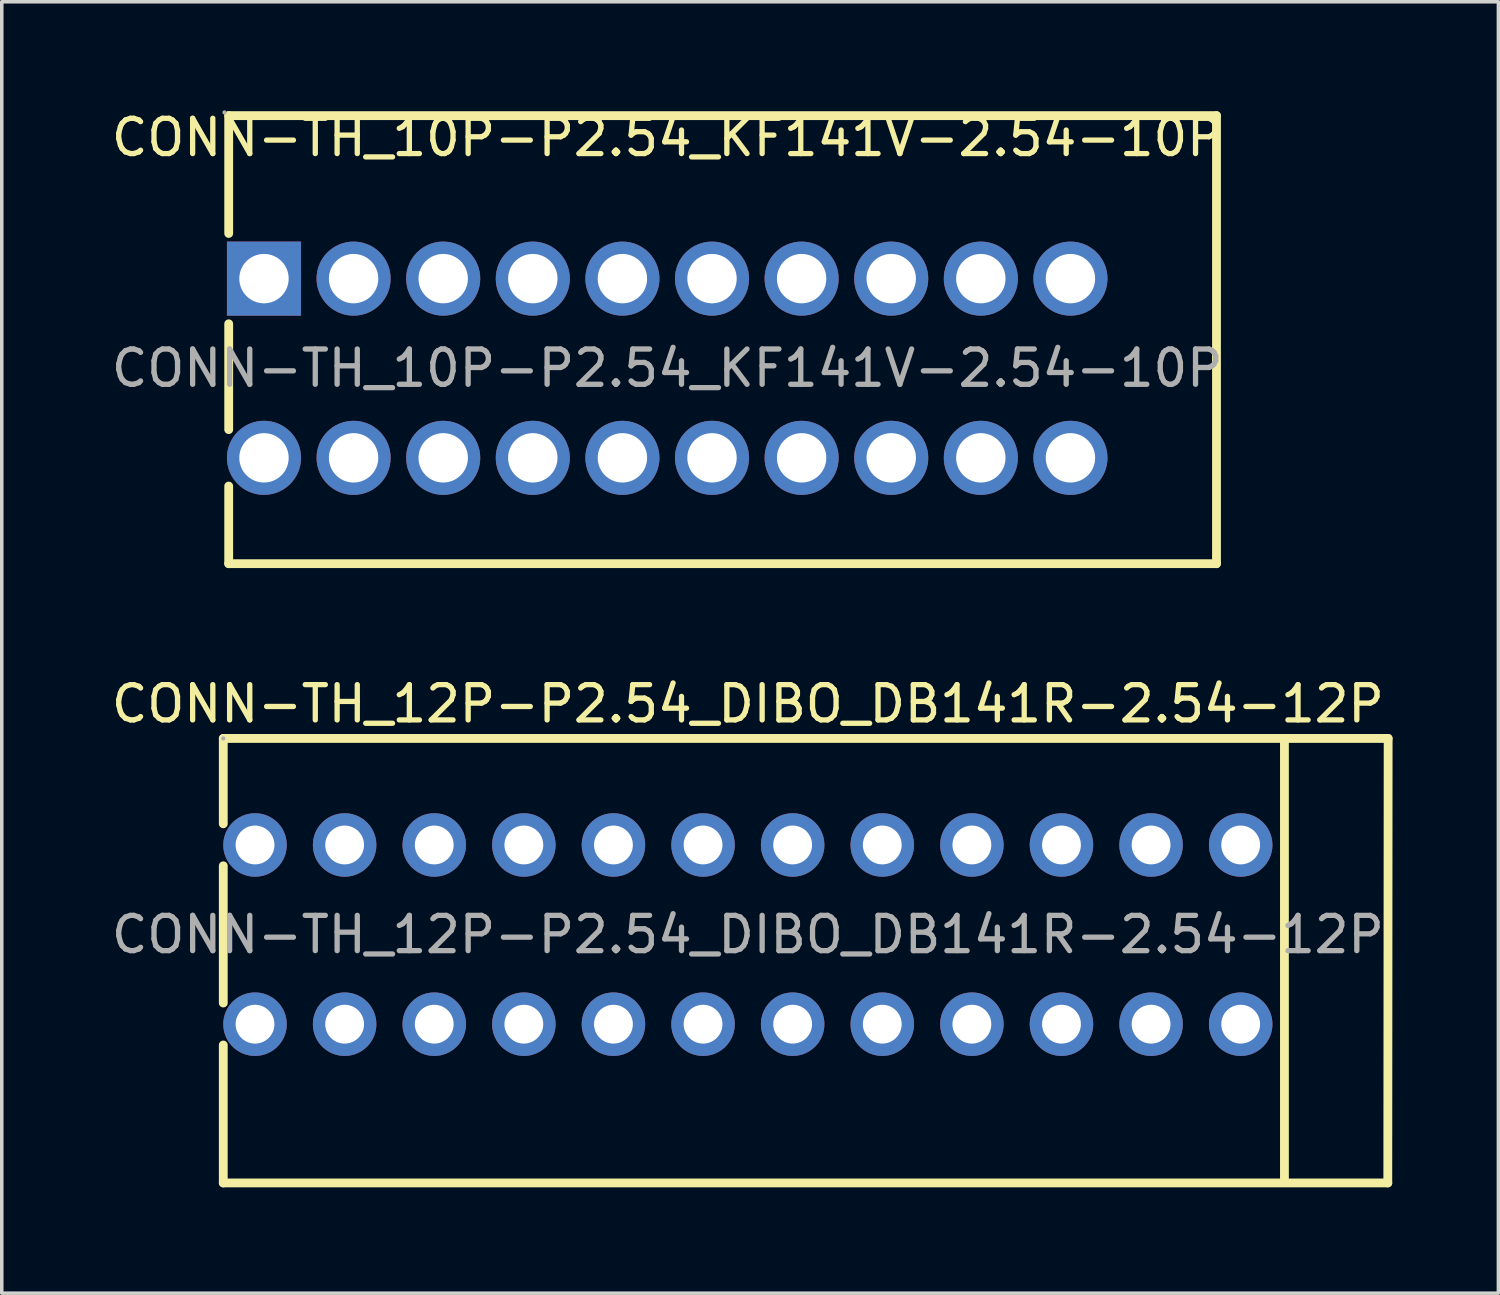
<source format=kicad_pcb>
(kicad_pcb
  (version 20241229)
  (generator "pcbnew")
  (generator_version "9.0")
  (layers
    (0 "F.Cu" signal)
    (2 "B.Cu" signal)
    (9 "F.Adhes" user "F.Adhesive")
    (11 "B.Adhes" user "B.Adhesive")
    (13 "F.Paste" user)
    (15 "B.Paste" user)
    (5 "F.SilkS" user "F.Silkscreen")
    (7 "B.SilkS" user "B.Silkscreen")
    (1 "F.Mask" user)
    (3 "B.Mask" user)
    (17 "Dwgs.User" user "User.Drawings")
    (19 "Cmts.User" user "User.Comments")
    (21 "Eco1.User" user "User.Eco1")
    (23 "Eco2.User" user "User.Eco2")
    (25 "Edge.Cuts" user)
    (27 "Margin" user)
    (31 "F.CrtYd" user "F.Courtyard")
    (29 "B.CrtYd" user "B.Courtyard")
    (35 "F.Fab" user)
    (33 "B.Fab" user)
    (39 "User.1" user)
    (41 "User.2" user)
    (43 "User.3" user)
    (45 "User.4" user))
  (footprint "CONN-TH_10P-P2.54_KF141V-2.54-10P"
    (layer "F.Cu")
    (at 15.863 7.388)
    (property "Reference" "CONN-TH_10P-P2.54_KF141V-2.54-10P" (at 0 -6.54 0) (layer "F.SilkS") (effects (font (size 1 1) (thickness 0.15))))
    (attr smd)
    (fp_line (start -12.43 -7.16) (end 15.57 -7.16) (stroke (width 0.25) (type solid)) (layer "F.SilkS"))
    (fp_line (start -12.43 -3.82) (end -12.43 -7.16) (stroke (width 0.25) (type solid)) (layer "F.SilkS"))
    (fp_line (start -12.43 1.74) (end -12.43 -1.26) (stroke (width 0.25) (type solid)) (layer "F.SilkS"))
    (fp_line (start -12.43 5.54) (end -12.43 3.34) (stroke (width 0.25) (type solid)) (layer "F.SilkS"))
    (fp_line (start -12.43 5.54) (end 15.57 5.54) (stroke (width 0.25) (type solid)) (layer "F.SilkS"))
    (fp_line (start 15.57 5.54) (end 15.57 -7.16) (stroke (width 0.25) (type solid)) (layer "F.SilkS"))
    (fp_circle (center -12.55 -7.25) (end -12.52 -7.25) (stroke (width 0.06) (type solid)) (fill no) (layer "F.Fab"))
    (fp_circle (center -11.43 -2.54) (end -11.13 -2.54) (stroke (width 0.6) (type solid)) (fill no) (layer "F.Fab"))
    (fp_circle (center -11.43 2.54) (end -11.13 2.54) (stroke (width 0.6) (type solid)) (fill no) (layer "F.Fab"))
    (fp_circle (center -8.89 -2.54) (end -8.59 -2.54) (stroke (width 0.6) (type solid)) (fill no) (layer "F.Fab"))
    (fp_circle (center -8.89 2.54) (end -8.59 2.54) (stroke (width 0.6) (type solid)) (fill no) (layer "F.Fab"))
    (fp_circle (center -6.35 -2.54) (end -6.05 -2.54) (stroke (width 0.6) (type solid)) (fill no) (layer "F.Fab"))
    (fp_circle (center -6.35 2.54) (end -6.05 2.54) (stroke (width 0.6) (type solid)) (fill no) (layer "F.Fab"))
    (fp_circle (center -3.81 -2.54) (end -3.51 -2.54) (stroke (width 0.6) (type solid)) (fill no) (layer "F.Fab"))
    (fp_circle (center -3.81 2.54) (end -3.51 2.54) (stroke (width 0.6) (type solid)) (fill no) (layer "F.Fab"))
    (fp_circle (center -1.27 -2.54) (end -0.97 -2.54) (stroke (width 0.6) (type solid)) (fill no) (layer "F.Fab"))
    (fp_circle (center -1.27 2.54) (end -0.97 2.54) (stroke (width 0.6) (type solid)) (fill no) (layer "F.Fab"))
    (fp_circle (center 1.27 -2.54) (end 1.57 -2.54) (stroke (width 0.6) (type solid)) (fill no) (layer "F.Fab"))
    (fp_circle (center 1.27 2.54) (end 1.57 2.54) (stroke (width 0.6) (type solid)) (fill no) (layer "F.Fab"))
    (fp_circle (center 3.81 -2.54) (end 4.11 -2.54) (stroke (width 0.6) (type solid)) (fill no) (layer "F.Fab"))
    (fp_circle (center 3.81 2.54) (end 4.11 2.54) (stroke (width 0.6) (type solid)) (fill no) (layer "F.Fab"))
    (fp_circle (center 6.35 -2.54) (end 6.65 -2.54) (stroke (width 0.6) (type solid)) (fill no) (layer "F.Fab"))
    (fp_circle (center 6.35 2.54) (end 6.65 2.54) (stroke (width 0.6) (type solid)) (fill no) (layer "F.Fab"))
    (fp_circle (center 8.89 -2.54) (end 9.19 -2.54) (stroke (width 0.6) (type solid)) (fill no) (layer "F.Fab"))
    (fp_circle (center 8.89 2.54) (end 9.19 2.54) (stroke (width 0.6) (type solid)) (fill no) (layer "F.Fab"))
    (fp_circle (center 11.43 -2.54) (end 11.73 -2.54) (stroke (width 0.6) (type solid)) (fill no) (layer "F.Fab"))
    (fp_circle (center 11.43 2.54) (end 11.73 2.54) (stroke (width 0.6) (type solid)) (fill no) (layer "F.Fab"))
    (fp_text user "${REFERENCE}" (at 0 0 0) (layer "F.Fab") (effects (font (size 1 1) (thickness 0.15))))
    (pad "1" thru_hole rect (at -11.43 -2.54 180) (size 2.1 2.1) (drill 1.4) (layers "*.Cu" "*.Paste" "*.Mask"))
    (pad "1" thru_hole circle (at -11.43 2.54 180) (size 2.1 2.1) (drill 1.4) (layers "*.Cu" "*.Paste" "*.Mask"))
    (pad "2" thru_hole circle (at -8.89 -2.54 180) (size 2.1 2.1) (drill 1.4) (layers "*.Cu" "*.Paste" "*.Mask"))
    (pad "2" thru_hole circle (at -8.89 2.54 180) (size 2.1 2.1) (drill 1.4) (layers "*.Cu" "*.Paste" "*.Mask"))
    (pad "3" thru_hole circle (at -6.35 -2.54 180) (size 2.1 2.1) (drill 1.4) (layers "*.Cu" "*.Paste" "*.Mask"))
    (pad "3" thru_hole circle (at -6.35 2.54 180) (size 2.1 2.1) (drill 1.4) (layers "*.Cu" "*.Paste" "*.Mask"))
    (pad "4" thru_hole circle (at -3.81 -2.54 180) (size 2.1 2.1) (drill 1.4) (layers "*.Cu" "*.Paste" "*.Mask"))
    (pad "4" thru_hole circle (at -3.81 2.54 180) (size 2.1 2.1) (drill 1.4) (layers "*.Cu" "*.Paste" "*.Mask"))
    (pad "5" thru_hole circle (at -1.27 -2.54 180) (size 2.1 2.1) (drill 1.4) (layers "*.Cu" "*.Paste" "*.Mask"))
    (pad "5" thru_hole circle (at -1.27 2.54 180) (size 2.1 2.1) (drill 1.4) (layers "*.Cu" "*.Paste" "*.Mask"))
    (pad "6" thru_hole circle (at 1.27 -2.54 180) (size 2.1 2.1) (drill 1.4) (layers "*.Cu" "*.Paste" "*.Mask"))
    (pad "6" thru_hole circle (at 1.27 2.54 180) (size 2.1 2.1) (drill 1.4) (layers "*.Cu" "*.Paste" "*.Mask"))
    (pad "7" thru_hole circle (at 3.81 -2.54 180) (size 2.1 2.1) (drill 1.4) (layers "*.Cu" "*.Paste" "*.Mask"))
    (pad "7" thru_hole circle (at 3.81 2.54 180) (size 2.1 2.1) (drill 1.4) (layers "*.Cu" "*.Paste" "*.Mask"))
    (pad "8" thru_hole circle (at 6.35 -2.54 180) (size 2.1 2.1) (drill 1.4) (layers "*.Cu" "*.Paste" "*.Mask"))
    (pad "8" thru_hole circle (at 6.35 2.54 180) (size 2.1 2.1) (drill 1.4) (layers "*.Cu" "*.Paste" "*.Mask"))
    (pad "9" thru_hole circle (at 8.89 -2.54 180) (size 2.1 2.1) (drill 1.4) (layers "*.Cu" "*.Paste" "*.Mask"))
    (pad "9" thru_hole circle (at 8.89 2.54 180) (size 2.1 2.1) (drill 1.4) (layers "*.Cu" "*.Paste" "*.Mask"))
    (pad "10" thru_hole circle (at 11.43 -2.54 180) (size 2.1 2.1) (drill 1.4) (layers "*.Cu" "*.Paste" "*.Mask"))
    (pad "10" thru_hole circle (at 11.43 2.54 180) (size 2.1 2.1) (drill 1.4) (layers "*.Cu" "*.Paste" "*.Mask")))
  (footprint "CONN-TH_12P-P2.54_DIBO_DB141R-2.54-12P"
    (layer "F.Cu")
    (at 18.149 23.442)
    (property "Reference" "CONN-TH_12P-P2.54_DIBO_DB141R-2.54-12P" (at 0 -6.54 0) (layer "F.SilkS") (effects (font (size 1 1) (thickness 0.15))))
    (attr smd)
    (fp_line (start -14.87 -5.56) (end -14.87 -3.14) (stroke (width 0.25) (type solid)) (layer "F.SilkS"))
    (fp_line (start -14.87 -5.56) (end 18.15 -5.56) (stroke (width 0.25) (type solid)) (layer "F.SilkS"))
    (fp_line (start -14.87 -1.95) (end -14.87 1.94) (stroke (width 0.25) (type solid)) (layer "F.SilkS"))
    (fp_line (start -14.87 3.13) (end -14.87 7.04) (stroke (width 0.25) (type solid)) (layer "F.SilkS"))
    (fp_line (start -14.87 7.04) (end 18.14 7.04) (stroke (width 0.25) (type solid)) (layer "F.SilkS"))
    (fp_line (start 15.21 -5.56) (end 15.21 7.01) (stroke (width 0.25) (type solid)) (layer "F.SilkS"))
    (fp_line (start 18.15 -5.56) (end 18.14 7.04) (stroke (width 0.25) (type solid)) (layer "F.SilkS"))
    (fp_circle (center -14.87 -5.56) (end -14.84 -5.56) (stroke (width 0.06) (type solid)) (fill no) (layer "F.Fab"))
    (fp_text user "${REFERENCE}" (at 0 0 0) (layer "F.Fab") (effects (font (size 1 1) (thickness 0.15))))
    (pad "1" thru_hole circle (at -13.97 -2.54) (size 1.8 1.8) (drill 1.1) (layers "*.Cu" "*.Paste" "*.Mask"))
    (pad "1" thru_hole circle (at -13.97 2.54) (size 1.8 1.8) (drill 1.1) (layers "*.Cu" "*.Paste" "*.Mask"))
    (pad "2" thru_hole circle (at -11.43 -2.54) (size 1.8 1.8) (drill 1.1) (layers "*.Cu" "*.Paste" "*.Mask"))
    (pad "2" thru_hole circle (at -11.43 2.54) (size 1.8 1.8) (drill 1.1) (layers "*.Cu" "*.Paste" "*.Mask"))
    (pad "3" thru_hole circle (at -8.89 -2.54) (size 1.8 1.8) (drill 1.1) (layers "*.Cu" "*.Paste" "*.Mask"))
    (pad "3" thru_hole circle (at -8.89 2.54) (size 1.8 1.8) (drill 1.1) (layers "*.Cu" "*.Paste" "*.Mask"))
    (pad "4" thru_hole circle (at -6.35 -2.54) (size 1.8 1.8) (drill 1.1) (layers "*.Cu" "*.Paste" "*.Mask"))
    (pad "4" thru_hole circle (at -6.35 2.54) (size 1.8 1.8) (drill 1.1) (layers "*.Cu" "*.Paste" "*.Mask"))
    (pad "5" thru_hole circle (at -3.81 -2.54) (size 1.8 1.8) (drill 1.1) (layers "*.Cu" "*.Paste" "*.Mask"))
    (pad "5" thru_hole circle (at -3.81 2.54) (size 1.8 1.8) (drill 1.1) (layers "*.Cu" "*.Paste" "*.Mask"))
    (pad "6" thru_hole circle (at -1.27 -2.54) (size 1.8 1.8) (drill 1.1) (layers "*.Cu" "*.Paste" "*.Mask"))
    (pad "6" thru_hole circle (at -1.27 2.54) (size 1.8 1.8) (drill 1.1) (layers "*.Cu" "*.Paste" "*.Mask"))
    (pad "7" thru_hole circle (at 1.27 -2.54) (size 1.8 1.8) (drill 1.1) (layers "*.Cu" "*.Paste" "*.Mask"))
    (pad "7" thru_hole circle (at 1.27 2.54) (size 1.8 1.8) (drill 1.1) (layers "*.Cu" "*.Paste" "*.Mask"))
    (pad "8" thru_hole circle (at 3.81 -2.54) (size 1.8 1.8) (drill 1.1) (layers "*.Cu" "*.Paste" "*.Mask"))
    (pad "8" thru_hole circle (at 3.81 2.54) (size 1.8 1.8) (drill 1.1) (layers "*.Cu" "*.Paste" "*.Mask"))
    (pad "9" thru_hole circle (at 6.35 -2.54) (size 1.8 1.8) (drill 1.1) (layers "*.Cu" "*.Paste" "*.Mask"))
    (pad "9" thru_hole circle (at 6.35 2.54) (size 1.8 1.8) (drill 1.1) (layers "*.Cu" "*.Paste" "*.Mask"))
    (pad "10" thru_hole circle (at 8.89 -2.54) (size 1.8 1.8) (drill 1.1) (layers "*.Cu" "*.Paste" "*.Mask"))
    (pad "10" thru_hole circle (at 8.89 2.54) (size 1.8 1.8) (drill 1.1) (layers "*.Cu" "*.Paste" "*.Mask"))
    (pad "11" thru_hole circle (at 11.43 -2.54) (size 1.8 1.8) (drill 1.1) (layers "*.Cu" "*.Paste" "*.Mask"))
    (pad "11" thru_hole circle (at 11.43 2.54) (size 1.8 1.8) (drill 1.1) (layers "*.Cu" "*.Paste" "*.Mask"))
    (pad "12" thru_hole circle (at 13.97 -2.54) (size 1.8 1.8) (drill 1.1) (layers "*.Cu" "*.Paste" "*.Mask"))
    (pad "12" thru_hole circle (at 13.97 2.54) (size 1.8 1.8) (drill 1.1) (layers "*.Cu" "*.Paste" "*.Mask")))
  (gr_rect
    (start -3 -3)
    (end 39.424 33.606)
    (stroke (width 0.1) (type default))
    (fill no)
    (layer "Edge.Cuts")))
</source>
